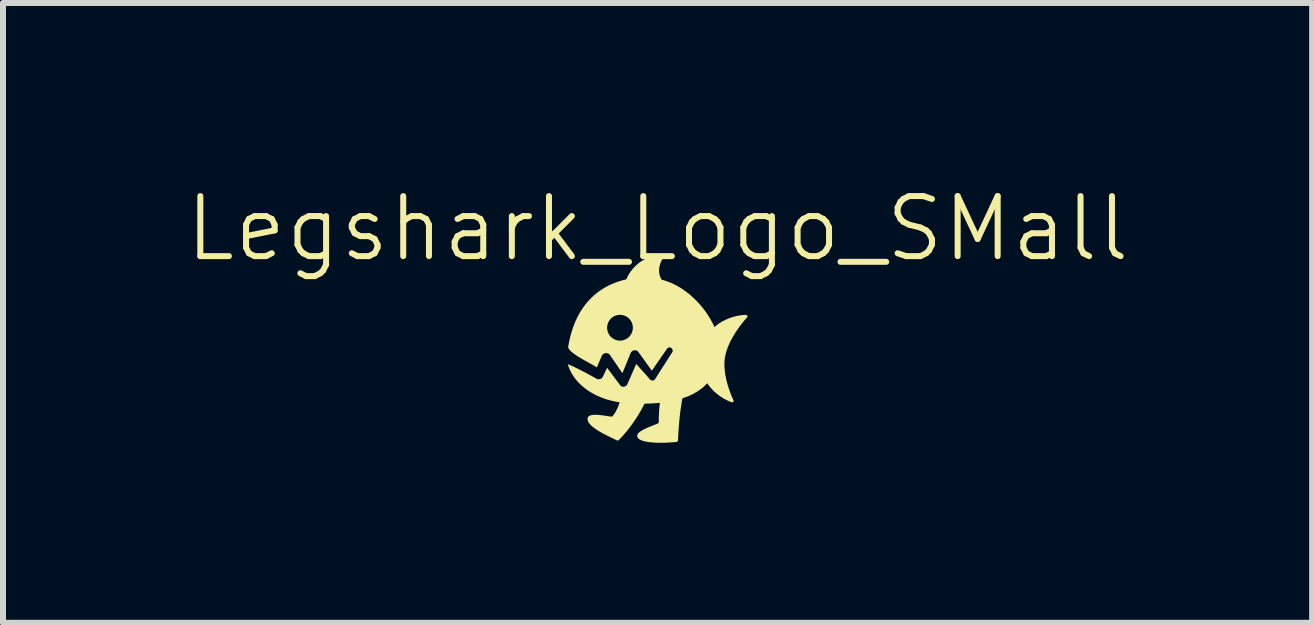
<source format=kicad_pcb>
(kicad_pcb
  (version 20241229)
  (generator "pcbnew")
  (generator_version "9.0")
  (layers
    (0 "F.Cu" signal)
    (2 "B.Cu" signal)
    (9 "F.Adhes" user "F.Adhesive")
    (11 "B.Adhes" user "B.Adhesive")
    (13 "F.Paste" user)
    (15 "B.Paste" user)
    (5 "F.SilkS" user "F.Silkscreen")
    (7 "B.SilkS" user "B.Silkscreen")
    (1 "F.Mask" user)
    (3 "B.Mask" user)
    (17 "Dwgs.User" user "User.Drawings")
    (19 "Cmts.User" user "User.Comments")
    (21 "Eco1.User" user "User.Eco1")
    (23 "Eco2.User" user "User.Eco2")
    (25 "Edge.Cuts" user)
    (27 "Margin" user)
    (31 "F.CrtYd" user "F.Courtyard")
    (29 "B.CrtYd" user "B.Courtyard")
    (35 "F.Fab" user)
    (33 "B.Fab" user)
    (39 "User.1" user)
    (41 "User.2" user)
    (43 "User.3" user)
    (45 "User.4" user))
  (footprint "Legshark_Logo_SMall"
    (layer "F.Cu")
    (at 7.907 2.76)
    (property "Reference" "Legshark_Logo_SMall" (at 0 -2 0) (unlocked yes) (layer "F.SilkS") (effects (font (size 1 1) (thickness 0.1))))
    (fp_poly (pts (xy 1.47 -0.564) (xy 1.472 -0.564) (xy 1.474 -0.563) (xy 1.476 -0.563) (xy 1.478 -0.562) (xy 1.48 -0.562) (xy 1.482 -0.561) (xy 1.483 -0.56) (xy 1.485 -0.559) (xy 1.486 -0.558) (xy 1.488 -0.557) (xy 1.489 -0.556) (xy 1.49 -0.554) (xy 1.492 -0.553) (xy 1.493 -0.552) (xy 1.494 -0.55) (xy 1.495 -0.549) (xy 1.495 -0.547) (xy 1.496 -0.546) (xy 1.497 -0.544) (xy 1.497 -0.542) (xy 1.497 -0.541) (xy 1.498 -0.539) (xy 1.498 -0.537) (xy 1.498 -0.535) (xy 1.498 -0.534) (xy 1.497 -0.532) (xy 1.497 -0.53) (xy 1.496 -0.529) (xy 1.496 -0.527) (xy 1.495 -0.525) (xy 1.495 -0.525) (xy 1.446 -0.47) (xy 1.395 -0.407) (xy 1.335 -0.324) (xy 1.303 -0.277) (xy 1.272 -0.226) (xy 1.241 -0.173) (xy 1.211 -0.117) (xy 1.185 -0.059) (xy 1.161 0.001) (xy 1.141 0.062) (xy 1.126 0.124) (xy 1.121 0.155) (xy 1.117 0.186) (xy 1.115 0.218) (xy 1.114 0.25) (xy 1.114 0.282) (xy 1.115 0.314) (xy 1.118 0.346) (xy 1.121 0.378) (xy 1.125 0.41) (xy 1.13 0.441) (xy 1.142 0.502) (xy 1.156 0.561) (xy 1.172 0.617) (xy 1.189 0.669) (xy 1.205 0.716) (xy 1.221 0.758) (xy 1.235 0.794) (xy 1.258 0.845) (xy 1.266 0.863) (xy 1.267 0.865) (xy 1.267 0.867) (xy 1.267 0.869) (xy 1.267 0.871) (xy 1.267 0.872) (xy 1.266 0.874) (xy 1.266 0.876) (xy 1.265 0.877) (xy 1.264 0.879) (xy 1.263 0.88) (xy 1.262 0.882) (xy 1.261 0.883) (xy 1.26 0.884) (xy 1.259 0.886) (xy 1.258 0.887) (xy 1.256 0.888) (xy 1.255 0.889) (xy 1.253 0.89) (xy 1.252 0.891) (xy 1.25 0.891) (xy 1.248 0.892) (xy 1.246 0.892) (xy 1.245 0.893) (xy 1.243 0.893) (xy 1.241 0.893) (xy 1.239 0.893) (xy 1.237 0.893) (xy 1.235 0.893) (xy 1.233 0.893) (xy 1.231 0.892) (xy 1.229 0.892) (xy 1.227 0.891) (xy 1.163 0.863) (xy 1.102 0.831) (xy 1.044 0.794) (xy 0.99 0.754) (xy 0.94 0.71) (xy 0.894 0.662) (xy 0.852 0.612) (xy 0.815 0.558) (xy 0.783 0.502) (xy 0.756 0.444) (xy 0.744 0.414) (xy 0.734 0.384) (xy 0.725 0.353) (xy 0.717 0.322) (xy 0.711 0.29) (xy 0.706 0.258) (xy 0.703 0.226) (xy 0.701 0.194) (xy 0.701 0.161) (xy 0.702 0.128) (xy 0.705 0.095) (xy 0.709 0.062) (xy 0.715 0.029) (xy 0.723 -0.003) (xy 0.732 -0.035) (xy 0.743 -0.066) (xy 0.755 -0.096) (xy 0.768 -0.126) (xy 0.782 -0.155) (xy 0.798 -0.183) (xy 0.815 -0.21) (xy 0.834 -0.237) (xy 0.853 -0.262) (xy 0.874 -0.287) (xy 0.918 -0.334) (xy 0.967 -0.377) (xy 1.019 -0.417) (xy 1.075 -0.452) (xy 1.134 -0.482) (xy 1.196 -0.509) (xy 1.26 -0.53) (xy 1.327 -0.547) (xy 1.396 -0.558) (xy 1.466 -0.564) (xy 1.468 -0.564)) (stroke (width 0) (type solid)) (fill yes) (layer "F.SilkS"))
    (fp_poly (pts (xy 0.072 -1.568) (xy 0.075 -1.567) (xy 0.077 -1.567) (xy 0.079 -1.566) (xy 0.081 -1.566) (xy 0.083 -1.565) (xy 0.085 -1.564) (xy 0.087 -1.563) (xy 0.088 -1.561) (xy 0.09 -1.56) (xy 0.091 -1.558) (xy 0.093 -1.557) (xy 0.094 -1.555) (xy 0.095 -1.553) (xy 0.096 -1.552) (xy 0.097 -1.55) (xy 0.098 -1.548) (xy 0.099 -1.546) (xy 0.1 -1.544) (xy 0.1 -1.541) (xy 0.1 -1.539) (xy 0.101 -1.537) (xy 0.101 -1.535) (xy 0.1 -1.533) (xy 0.1 -1.531) (xy 0.1 -1.528) (xy 0.099 -1.526) (xy 0.098 -1.524) (xy 0.098 -1.522) (xy 0.096 -1.52) (xy 0.095 -1.518) (xy 0.086 -1.503) (xy 0.076 -1.487) (xy 0.067 -1.469) (xy 0.058 -1.451) (xy 0.05 -1.43) (xy 0.042 -1.409) (xy 0.036 -1.387) (xy 0.03 -1.364) (xy 0.027 -1.34) (xy 0.025 -1.315) (xy 0.025 -1.289) (xy 0.026 -1.276) (xy 0.028 -1.263) (xy 0.03 -1.25) (xy 0.033 -1.237) (xy 0.036 -1.223) (xy 0.04 -1.209) (xy 0.045 -1.196) (xy 0.051 -1.182) (xy 0.058 -1.168) (xy 0.065 -1.154) (xy 0.066 -1.154) (xy 0.066 -1.153) (xy 0.066 -1.153) (xy 0.066 -1.152) (xy 0.067 -1.151) (xy 0.067 -1.151) (xy 0.067 -1.15) (xy 0.067 -1.15) (xy 0.104 -1.14) (xy 0.139 -1.129) (xy 0.21 -1.103) (xy 0.28 -1.071) (xy 0.347 -1.035) (xy 0.414 -0.994) (xy 0.478 -0.948) (xy 0.54 -0.899) (xy 0.599 -0.846) (xy 0.656 -0.79) (xy 0.71 -0.731) (xy 0.76 -0.67) (xy 0.808 -0.607) (xy 0.851 -0.541) (xy 0.891 -0.474) (xy 0.927 -0.406) (xy 0.959 -0.338) (xy 0.959 -0.338) (xy 0.938 0.408) (xy 0.919 0.447) (xy 0.897 0.483) (xy 0.874 0.518) (xy 0.848 0.551) (xy 0.821 0.583) (xy 0.792 0.612) (xy 0.761 0.641) (xy 0.729 0.667) (xy 0.694 0.692) (xy 0.659 0.716) (xy 0.621 0.738) (xy 0.582 0.759) (xy 0.542 0.778) (xy 0.5 0.796) (xy 0.457 0.812) (xy 0.413 0.827) (xy 0.403 0.883) (xy 0.395 0.938) (xy 0.379 1.047) (xy 0.367 1.151) (xy 0.358 1.249) (xy 0.351 1.337) (xy 0.346 1.414) (xy 0.341 1.522) (xy 0.341 1.524) (xy 0.341 1.526) (xy 0.341 1.527) (xy 0.34 1.529) (xy 0.34 1.531) (xy 0.339 1.532) (xy 0.339 1.534) (xy 0.338 1.535) (xy 0.338 1.537) (xy 0.337 1.538) (xy 0.336 1.539) (xy 0.335 1.541) (xy 0.334 1.542) (xy 0.333 1.543) (xy 0.332 1.545) (xy 0.331 1.546) (xy 0.33 1.547) (xy 0.329 1.548) (xy 0.328 1.549) (xy 0.327 1.55) (xy 0.325 1.551) (xy 0.324 1.551) (xy 0.323 1.552) (xy 0.321 1.553) (xy 0.32 1.553) (xy 0.318 1.554) (xy 0.317 1.554) (xy 0.315 1.555) (xy 0.314 1.555) (xy 0.312 1.555) (xy 0.31 1.555) (xy 0.309 1.555) (xy 0.219 1.562) (xy 0.126 1.567) (xy 0.017 1.568) (xy -0.04 1.566) (xy -0.096 1.562) (xy -0.15 1.556) (xy -0.2 1.548) (xy -0.245 1.536) (xy -0.265 1.529) (xy -0.283 1.521) (xy -0.299 1.512) (xy -0.312 1.502) (xy -0.323 1.491) (xy -0.332 1.479) (xy -0.336 1.471) (xy -0.338 1.462) (xy -0.339 1.454) (xy -0.339 1.446) (xy -0.337 1.438) (xy -0.334 1.43) (xy -0.33 1.422) (xy -0.325 1.414) (xy -0.318 1.406) (xy -0.311 1.398) (xy -0.293 1.383) (xy -0.271 1.369) (xy -0.247 1.355) (xy -0.22 1.341) (xy -0.192 1.327) (xy -0.131 1.301) (xy -0.009 1.252) (xy -0.006 1.25) (xy -0.003 1.249) (xy -0.000494 1.248) (xy 0.002 1.246) (xy 0.005 1.244) (xy 0.007 1.243) (xy 0.01 1.241) (xy 0.012 1.239) (xy 0.013 1.238) (xy 0.014 1.236) (xy 0.015 1.235) (xy 0.016 1.234) (xy 0.017 1.233) (xy 0.017 1.232) (xy 0.018 1.23) (xy 0.019 1.229) (xy 0.019 1.228) (xy 0.02 1.226) (xy 0.02 1.225) (xy 0.02 1.223) (xy 0.02 1.222) (xy 0.021 1.22) (xy 0.021 1.218) (xy 0.021 1.217) (xy 0.02 1.185) (xy 0.02 1.15) (xy 0.022 1.113) (xy 0.024 1.074) (xy 0.026 1.033) (xy 0.029 0.991) (xy 0.038 0.902) (xy 0.007 0.905) (xy -0.025 0.908) (xy -0.056 0.91) (xy -0.088 0.912) (xy -0.152 0.915) (xy -0.217 0.916) (xy -0.249 0.977) (xy -0.281 1.036) (xy -0.314 1.091) (xy -0.346 1.143) (xy -0.379 1.193) (xy -0.411 1.239) (xy -0.442 1.282) (xy -0.472 1.322) (xy -0.501 1.359) (xy -0.528 1.392) (xy -0.554 1.422) (xy -0.577 1.449) (xy -0.617 1.492) (xy -0.646 1.521) (xy -0.647 1.523) (xy -0.649 1.524) (xy -0.652 1.526) (xy -0.654 1.527) (xy -0.656 1.528) (xy -0.658 1.529) (xy -0.66 1.529) (xy -0.663 1.53) (xy -0.665 1.53) (xy -0.667 1.53) (xy -0.67 1.53) (xy -0.672 1.53) (xy -0.675 1.529) (xy -0.677 1.528) (xy -0.679 1.527) (xy -0.681 1.526) (xy -0.727 1.504) (xy -0.794 1.471) (xy -0.874 1.431) (xy -0.917 1.409) (xy -0.959 1.385) (xy -1 1.36) (xy -1.039 1.334) (xy -1.075 1.307) (xy -1.091 1.293) (xy -1.106 1.28) (xy -1.12 1.266) (xy -1.132 1.252) (xy -1.143 1.238) (xy -1.152 1.224) (xy -1.159 1.21) (xy -1.164 1.196) (xy -1.167 1.182) (xy -1.167 1.169) (xy -1.166 1.159) (xy -1.164 1.151) (xy -1.16 1.143) (xy -1.156 1.136) (xy -1.15 1.13) (xy -1.143 1.124) (xy -1.136 1.119) (xy -1.127 1.115) (xy -1.117 1.111) (xy -1.107 1.109) (xy -1.084 1.104) (xy -1.059 1.102) (xy -1.031 1.101) (xy -1.001 1.102) (xy -0.971 1.105) (xy -0.907 1.112) (xy -0.784 1.131) (xy -0.781 1.131) (xy -0.779 1.132) (xy -0.776 1.132) (xy -0.774 1.132) (xy -0.771 1.132) (xy -0.769 1.132) (xy -0.767 1.132) (xy -0.764 1.131) (xy -0.762 1.131) (xy -0.76 1.13) (xy -0.759 1.13) (xy -0.758 1.129) (xy -0.757 1.129) (xy -0.756 1.128) (xy -0.755 1.128) (xy -0.754 1.127) (xy -0.753 1.126) (xy -0.752 1.126) (xy -0.751 1.125) (xy -0.75 1.124) (xy -0.749 1.123) (xy -0.748 1.122) (xy -0.739 1.11) (xy -0.73 1.098) (xy -0.721 1.085) (xy -0.712 1.072) (xy -0.704 1.059) (xy -0.696 1.045) (xy -0.689 1.031) (xy -0.681 1.017) (xy -0.674 1.002) (xy -0.667 0.987) (xy -0.654 0.957) (xy -0.643 0.925) (xy -0.632 0.893) (xy -0.707 0.881) (xy -0.781 0.864) (xy -0.853 0.844) (xy -0.923 0.819) (xy -0.991 0.791) (xy -1.056 0.759) (xy -1.118 0.724) (xy -1.148 0.705) (xy -1.177 0.685) (xy -1.205 0.664) (xy -1.232 0.643) (xy -1.259 0.62) (xy -1.284 0.597) (xy -1.308 0.573) (xy -1.332 0.548) (xy -1.354 0.522) (xy -1.375 0.496) (xy -1.395 0.469) (xy -1.413 0.441) (xy -1.431 0.412) (xy -1.447 0.382) (xy -1.462 0.352) (xy -1.475 0.321) (xy -1.487 0.289) (xy -1.498 0.257) (xy -1.457 0.274) (xy -1.415 0.293) (xy -1.373 0.313) (xy -1.331 0.333) (xy -1.251 0.374) (xy -1.176 0.413) (xy -1.112 0.448) (xy -1.061 0.476) (xy -1.016 0.502) (xy -1.008 0.505) (xy -1.005 0.506) (xy -1.001 0.507) (xy -0.998 0.508) (xy -0.994 0.509) (xy -0.991 0.51) (xy -0.987 0.51) (xy -0.984 0.51) (xy -0.98 0.51) (xy -0.976 0.51) (xy -0.973 0.51) (xy -0.969 0.51) (xy -0.966 0.509) (xy -0.963 0.508) (xy -0.959 0.507) (xy -0.956 0.506) (xy -0.952 0.505) (xy -0.949 0.504) (xy -0.946 0.502) (xy -0.943 0.5) (xy -0.94 0.499) (xy -0.937 0.497) (xy -0.934 0.495) (xy -0.931 0.492) (xy -0.929 0.49) (xy -0.926 0.487) (xy -0.923 0.485) (xy -0.921 0.482) (xy -0.919 0.479) (xy -0.917 0.476) (xy -0.915 0.472) (xy -0.913 0.469) (xy -0.911 0.466) (xy -0.841 0.318) (xy -0.626 0.606) (xy -0.624 0.609) (xy -0.621 0.612) (xy -0.619 0.615) (xy -0.616 0.617) (xy -0.613 0.62) (xy -0.61 0.622) (xy -0.607 0.624) (xy -0.603 0.626) (xy -0.6 0.628) (xy -0.597 0.629) (xy -0.593 0.63) (xy -0.59 0.631) (xy -0.586 0.632) (xy -0.582 0.633) (xy -0.579 0.634) (xy -0.575 0.634) (xy -0.572 0.634) (xy -0.57 0.634) (xy -0.567 0.634) (xy -0.564 0.634) (xy -0.562 0.634) (xy -0.559 0.633) (xy -0.556 0.633) (xy -0.553 0.632) (xy -0.551 0.632) (xy -0.548 0.631) (xy -0.546 0.63) (xy -0.543 0.629) (xy -0.54 0.628) (xy -0.538 0.627) (xy -0.536 0.626) (xy -0.533 0.624) (xy -0.531 0.623) (xy -0.528 0.621) (xy -0.526 0.62) (xy -0.524 0.618) (xy -0.522 0.616) (xy -0.52 0.614) (xy -0.518 0.612) (xy -0.516 0.61) (xy -0.514 0.608) (xy -0.512 0.606) (xy -0.511 0.604) (xy -0.509 0.601) (xy -0.507 0.599) (xy -0.506 0.596) (xy -0.505 0.593) (xy -0.503 0.59) (xy -0.42 0.401) (xy -0.356 0.254) (xy -0.185 0.445) (xy -0.127 0.511) (xy -0.124 0.514) (xy -0.123 0.515) (xy -0.121 0.517) (xy -0.12 0.518) (xy -0.118 0.52) (xy -0.116 0.521) (xy -0.114 0.523) (xy -0.113 0.524) (xy -0.111 0.525) (xy -0.107 0.527) (xy -0.103 0.528) (xy -0.099 0.529) (xy -0.095 0.53) (xy -0.091 0.531) (xy -0.086 0.531) (xy -0.082 0.531) (xy -0.078 0.531) (xy -0.074 0.53) (xy -0.07 0.529) (xy -0.066 0.527) (xy -0.062 0.526) (xy -0.06 0.525) (xy -0.058 0.523) (xy -0.056 0.522) (xy -0.054 0.521) (xy -0.052 0.52) (xy -0.051 0.518) (xy -0.049 0.517) (xy -0.047 0.515) (xy -0.046 0.513) (xy -0.044 0.512) (xy -0.043 0.51) (xy -0.041 0.508) (xy -0.04 0.506) (xy -0.039 0.504) (xy -0.038 0.501) (xy -0.037 0.499) (xy 0.246 0.057) (xy 0.248 0.051) (xy 0.25 0.045) (xy 0.251 0.039) (xy 0.251 0.033) (xy 0.251 0.028) (xy 0.25 0.022) (xy 0.249 0.017) (xy 0.247 0.012) (xy 0.245 0.008) (xy 0.243 0.004) (xy 0.24 -0.00045) (xy 0.237 -0.004) (xy 0.233 -0.008) (xy 0.229 -0.011) (xy 0.225 -0.013) (xy 0.221 -0.016) (xy 0.216 -0.018) (xy 0.212 -0.019) (xy 0.207 -0.02) (xy 0.202 -0.021) (xy 0.198 -0.021) (xy 0.193 -0.021) (xy 0.188 -0.02) (xy 0.183 -0.019) (xy 0.179 -0.018) (xy 0.174 -0.015) (xy 0.17 -0.013) (xy 0.165 -0.009) (xy 0.161 -0.005) (xy 0.158 -0.001) (xy 0.154 0.004) (xy 0.151 0.01) (xy -0.096 0.367) (xy -0.318 0.057) (xy -0.321 0.052) (xy -0.325 0.048) (xy -0.329 0.045) (xy -0.333 0.041) (xy -0.337 0.038) (xy -0.341 0.035) (xy -0.346 0.033) (xy -0.35 0.031) (xy -0.355 0.029) (xy -0.36 0.028) (xy -0.365 0.027) (xy -0.369 0.026) (xy -0.374 0.026) (xy -0.379 0.026) (xy -0.384 0.026) (xy -0.389 0.026) (xy -0.394 0.027) (xy -0.399 0.028) (xy -0.403 0.03) (xy -0.408 0.032) (xy -0.413 0.034) (xy -0.417 0.036) (xy -0.421 0.039) (xy -0.425 0.042) (xy -0.429 0.045) (xy -0.433 0.049) (xy -0.436 0.053) (xy -0.439 0.057) (xy -0.442 0.061) (xy -0.445 0.066) (xy -0.447 0.071) (xy -0.45 0.076) (xy -0.586 0.408) (xy -0.792 0.108) (xy -0.795 0.103) (xy -0.799 0.099) (xy -0.803 0.095) (xy -0.807 0.091) (xy -0.811 0.088) (xy -0.816 0.085) (xy -0.82 0.083) (xy -0.825 0.08) (xy -0.83 0.078) (xy -0.835 0.077) (xy -0.84 0.075) (xy -0.845 0.075) (xy -0.85 0.074) (xy -0.855 0.074) (xy -0.86 0.074) (xy -0.865 0.074) (xy -0.87 0.075) (xy -0.875 0.076) (xy -0.88 0.077) (xy -0.885 0.079) (xy -0.89 0.081) (xy -0.895 0.083) (xy -0.899 0.086) (xy -0.904 0.088) (xy -0.908 0.092) (xy -0.912 0.095) (xy -0.916 0.099) (xy -0.919 0.103) (xy -0.922 0.108) (xy -0.925 0.112) (xy -0.928 0.117) (xy -0.931 0.123) (xy -1.012 0.312) (xy -1.032 0.299) (xy -1.058 0.283) (xy -1.125 0.246) (xy -1.205 0.202) (xy -1.289 0.153) (xy -1.33 0.128) (xy -1.368 0.103) (xy -1.403 0.077) (xy -1.434 0.053) (xy -1.447 0.04) (xy -1.459 0.028) (xy -1.469 0.016) (xy -1.477 0.005) (xy -1.484 -0.006) (xy -1.488 -0.017) (xy -1.49 -0.028) (xy -1.489 -0.038) (xy -1.467 -0.15) (xy -1.44 -0.256) (xy -1.41 -0.35) (xy -0.841 -0.35) (xy -0.84 -0.338) (xy -0.839 -0.326) (xy -0.838 -0.314) (xy -0.836 -0.303) (xy -0.833 -0.292) (xy -0.83 -0.281) (xy -0.826 -0.27) (xy -0.821 -0.26) (xy -0.816 -0.25) (xy -0.811 -0.24) (xy -0.805 -0.231) (xy -0.799 -0.222) (xy -0.792 -0.213) (xy -0.785 -0.204) (xy -0.777 -0.196) (xy -0.769 -0.189) (xy -0.76 -0.182) (xy -0.751 -0.175) (xy -0.742 -0.169) (xy -0.733 -0.163) (xy -0.723 -0.157) (xy -0.713 -0.153) (xy -0.702 -0.148) (xy -0.692 -0.145) (xy -0.681 -0.141) (xy -0.67 -0.139) (xy -0.658 -0.137) (xy -0.647 -0.135) (xy -0.635 -0.135) (xy -0.623 -0.134) (xy -0.611 -0.135) (xy -0.601 -0.136) (xy -0.591 -0.137) (xy -0.582 -0.139) (xy -0.572 -0.141) (xy -0.563 -0.144) (xy -0.554 -0.147) (xy -0.545 -0.151) (xy -0.536 -0.155) (xy -0.527 -0.159) (xy -0.519 -0.163) (xy -0.511 -0.168) (xy -0.503 -0.174) (xy -0.495 -0.18) (xy -0.488 -0.186) (xy -0.481 -0.192) (xy -0.474 -0.198) (xy -0.468 -0.205) (xy -0.461 -0.213) (xy -0.455 -0.22) (xy -0.45 -0.228) (xy -0.445 -0.236) (xy -0.44 -0.244) (xy -0.435 -0.252) (xy -0.431 -0.261) (xy -0.427 -0.27) (xy -0.424 -0.279) (xy -0.421 -0.288) (xy -0.418 -0.298) (xy -0.416 -0.307) (xy -0.415 -0.317) (xy -0.413 -0.327) (xy -0.413 -0.337) (xy -0.412 -0.349) (xy -0.413 -0.361) (xy -0.413 -0.372) (xy -0.415 -0.384) (xy -0.417 -0.395) (xy -0.42 -0.406) (xy -0.423 -0.417) (xy -0.427 -0.428) (xy -0.432 -0.438) (xy -0.436 -0.448) (xy -0.442 -0.458) (xy -0.448 -0.468) (xy -0.454 -0.477) (xy -0.461 -0.486) (xy -0.468 -0.494) (xy -0.476 -0.502) (xy -0.484 -0.51) (xy -0.493 -0.517) (xy -0.501 -0.524) (xy -0.511 -0.53) (xy -0.52 -0.536) (xy -0.53 -0.541) (xy -0.54 -0.546) (xy -0.55 -0.55) (xy -0.561 -0.554) (xy -0.572 -0.557) (xy -0.583 -0.56) (xy -0.595 -0.562) (xy -0.606 -0.563) (xy -0.618 -0.564) (xy -0.63 -0.564) (xy -0.642 -0.563) (xy -0.652 -0.562) (xy -0.662 -0.561) (xy -0.671 -0.559) (xy -0.681 -0.557) (xy -0.69 -0.554) (xy -0.699 -0.551) (xy -0.708 -0.548) (xy -0.717 -0.544) (xy -0.725 -0.54) (xy -0.734 -0.535) (xy -0.742 -0.53) (xy -0.75 -0.525) (xy -0.757 -0.519) (xy -0.765 -0.513) (xy -0.772 -0.507) (xy -0.779 -0.5) (xy -0.785 -0.493) (xy -0.791 -0.486) (xy -0.797 -0.478) (xy -0.803 -0.471) (xy -0.808 -0.463) (xy -0.813 -0.454) (xy -0.818 -0.446) (xy -0.822 -0.437) (xy -0.825 -0.428) (xy -0.829 -0.419) (xy -0.832 -0.41) (xy -0.834 -0.401) (xy -0.837 -0.391) (xy -0.838 -0.382) (xy -0.839 -0.372) (xy -0.84 -0.362) (xy -0.841 -0.35) (xy -1.41 -0.35) (xy -1.408 -0.357) (xy -1.37 -0.453) (xy -1.349 -0.499) (xy -1.327 -0.543) (xy -1.303 -0.586) (xy -1.279 -0.628) (xy -1.253 -0.668) (xy -1.225 -0.707) (xy -1.197 -0.744) (xy -1.167 -0.78) (xy -1.136 -0.815) (xy -1.103 -0.848) (xy -1.07 -0.879) (xy -1.035 -0.91) (xy -0.999 -0.938) (xy -0.961 -0.966) (xy -0.923 -0.991) (xy -0.883 -1.016) (xy -0.842 -1.038) (xy -0.8 -1.06) (xy -0.756 -1.079) (xy -0.712 -1.097) (xy -0.666 -1.114) (xy -0.619 -1.129) (xy -0.571 -1.143) (xy -0.522 -1.155) (xy -0.499 -1.203) (xy -0.484 -1.231) (xy -0.465 -1.261) (xy -0.443 -1.293) (xy -0.418 -1.325) (xy -0.389 -1.358) (xy -0.356 -1.39) (xy -0.319 -1.422) (xy -0.278 -1.452) (xy -0.256 -1.466) (xy -0.233 -1.48) (xy -0.208 -1.493) (xy -0.183 -1.505) (xy -0.156 -1.517) (xy -0.128 -1.527) (xy -0.098 -1.537) (xy -0.068 -1.545) (xy -0.036 -1.553) (xy -0.003 -1.559) (xy 0.032 -1.564) (xy 0.068 -1.568) (xy 0.07 -1.568)) (stroke (width 0) (type solid)) (fill yes) (layer "F.SilkS")))
  (gr_rect
    (start -3 -3)
    (end 18.814 7.328)
    (stroke (width 0.1) (type default))
    (fill no)
    (layer "Edge.Cuts")))
</source>
